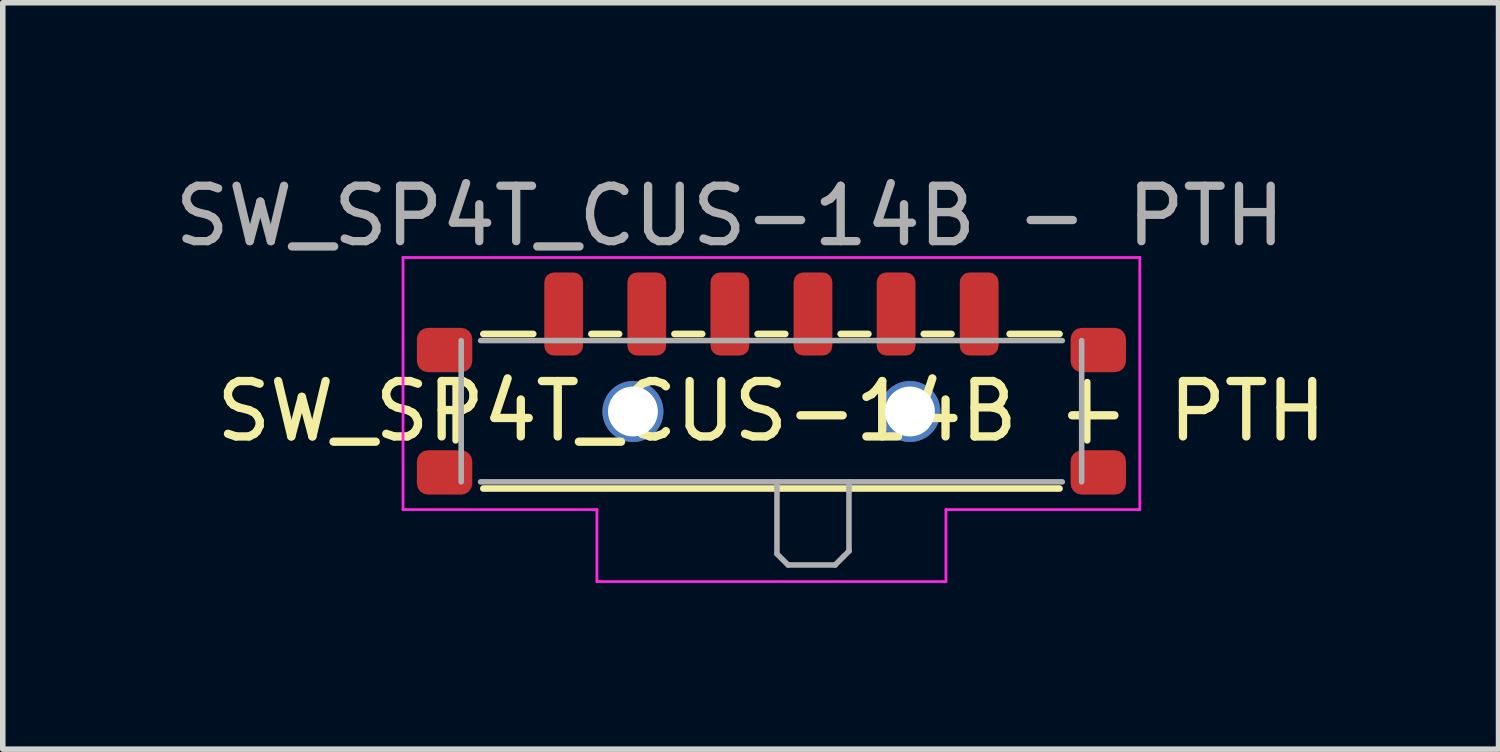
<source format=kicad_pcb>
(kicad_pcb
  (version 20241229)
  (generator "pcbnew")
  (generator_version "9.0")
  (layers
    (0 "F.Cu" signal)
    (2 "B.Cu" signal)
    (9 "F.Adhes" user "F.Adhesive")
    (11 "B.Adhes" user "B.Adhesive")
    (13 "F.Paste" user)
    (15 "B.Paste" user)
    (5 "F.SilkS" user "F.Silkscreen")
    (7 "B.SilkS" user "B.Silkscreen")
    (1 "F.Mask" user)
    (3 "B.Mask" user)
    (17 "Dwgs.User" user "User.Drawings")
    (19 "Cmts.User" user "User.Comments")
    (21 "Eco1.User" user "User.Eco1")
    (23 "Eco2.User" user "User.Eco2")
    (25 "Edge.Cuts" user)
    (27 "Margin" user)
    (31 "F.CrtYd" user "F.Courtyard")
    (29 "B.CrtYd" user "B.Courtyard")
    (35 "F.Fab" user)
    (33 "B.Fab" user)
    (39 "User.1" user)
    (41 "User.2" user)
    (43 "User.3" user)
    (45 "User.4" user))
  (footprint "SW_SP4T_CUS-14B - PTH"
    (layer "F.Cu")
    (at 10.875 4.048)
    (property "Reference" "SW_SP4T_CUS-14B - PTH" (at 0 0.325 0) (layer "F.SilkS") (effects (font (size 1 1) (thickness 0.15))))
    (attr smd)
    (fp_line (start -5.7 -0.2) (end -5.7 0.85) (stroke (width 0.12) (type solid)) (layer "F.SilkS"))
    (fp_line (start -5.2 -1.07) (end -4.3 -1.07) (stroke (width 0.12) (type solid)) (layer "F.SilkS"))
    (fp_line (start -5.2 1.72) (end 5.2 1.72) (stroke (width 0.12) (type solid)) (layer "F.SilkS"))
    (fp_line (start -3.25 -1.07) (end -2.75 -1.07) (stroke (width 0.12) (type solid)) (layer "F.SilkS"))
    (fp_line (start -1.75 -1.07) (end -1.25 -1.07) (stroke (width 0.12) (type solid)) (layer "F.SilkS"))
    (fp_line (start -0.25 -1.07) (end 0.25 -1.07) (stroke (width 0.12) (type solid)) (layer "F.SilkS"))
    (fp_line (start 1.25 -1.07) (end 1.75 -1.07) (stroke (width 0.12) (type solid)) (layer "F.SilkS"))
    (fp_line (start 2.75 -1.07) (end 3.25 -1.07) (stroke (width 0.12) (type solid)) (layer "F.SilkS"))
    (fp_line (start 4.3 -1.07) (end 5.2 -1.07) (stroke (width 0.12) (type solid)) (layer "F.SilkS"))
    (fp_line (start 5.7 0.85) (end 5.7 -0.2) (stroke (width 0.12) (type solid)) (layer "F.SilkS"))
    (fp_line (start -6.65 -2.45) (end 6.65 -2.45) (stroke (width 0.05) (type solid)) (layer "F.CrtYd"))
    (fp_line (start -6.65 2.1) (end -6.65 -2.45) (stroke (width 0.05) (type solid)) (layer "F.CrtYd"))
    (fp_line (start -3.15 2.1) (end -6.65 2.1) (stroke (width 0.05) (type solid)) (layer "F.CrtYd"))
    (fp_line (start -3.15 3.4) (end -3.15 2.1) (stroke (width 0.05) (type solid)) (layer "F.CrtYd"))
    (fp_line (start 3.15 2.1) (end 3.15 3.4) (stroke (width 0.05) (type solid)) (layer "F.CrtYd"))
    (fp_line (start 3.15 3.4) (end -3.15 3.4) (stroke (width 0.05) (type solid)) (layer "F.CrtYd"))
    (fp_line (start 6.65 -2.45) (end 6.65 2.1) (stroke (width 0.05) (type solid)) (layer "F.CrtYd"))
    (fp_line (start 6.65 2.1) (end 3.15 2.1) (stroke (width 0.05) (type solid)) (layer "F.CrtYd"))
    (fp_line (start -5.6 1.6) (end -5.6 -0.95) (stroke (width 0.1) (type solid)) (layer "F.Fab"))
    (fp_line (start -5.25 -0.95) (end 5.25 -0.95) (stroke (width 0.1) (type solid)) (layer "F.Fab"))
    (fp_line (start 0.1 1.6) (end 0.1 2.9) (stroke (width 0.1) (type solid)) (layer "F.Fab"))
    (fp_line (start 0.1 2.9) (end 0.3 3.1) (stroke (width 0.1) (type solid)) (layer "F.Fab"))
    (fp_line (start 0.3 3.1) (end 1.15 3.1) (stroke (width 0.1) (type solid)) (layer "F.Fab"))
    (fp_line (start 1.15 3.1) (end 1.3 2.95) (stroke (width 0.1) (type solid)) (layer "F.Fab"))
    (fp_line (start 1.3 2.95) (end 1.4 2.85) (stroke (width 0.1) (type solid)) (layer "F.Fab"))
    (fp_line (start 1.4 2.85) (end 1.4 1.6) (stroke (width 0.1) (type solid)) (layer "F.Fab"))
    (fp_line (start 5.25 1.6) (end -5.25 1.6) (stroke (width 0.1) (type solid)) (layer "F.Fab"))
    (fp_line (start 5.6 -0.95) (end 5.6 1.6) (stroke (width 0.1) (type solid)) (layer "F.Fab"))
    (fp_text user "${REFERENCE}" (at -0.75 -3.2 0) (layer "F.Fab") (effects (font (size 1 1) (thickness 0.15))))
    (pad "1" smd roundrect (at -3.75 -1.43) (size 0.7 1.5) (layers "F.Cu" "F.Mask" "F.Paste") (roundrect_rratio 0.25))
    (pad "2" smd roundrect (at -2.25 -1.43) (size 0.7 1.5) (layers "F.Cu" "F.Mask" "F.Paste") (roundrect_rratio 0.25))
    (pad "3" smd roundrect (at -0.75 -1.43) (size 0.7 1.5) (layers "F.Cu" "F.Mask" "F.Paste") (roundrect_rratio 0.25))
    (pad "4" smd roundrect (at 0.75 -1.43) (size 0.7 1.5) (layers "F.Cu" "F.Mask" "F.Paste") (roundrect_rratio 0.25))
    (pad "5" smd roundrect (at 2.25 -1.43) (size 0.7 1.5) (layers "F.Cu" "F.Mask" "F.Paste") (roundrect_rratio 0.25))
    (pad "6" smd roundrect (at 3.75 -1.43) (size 0.7 1.5) (layers "F.Cu" "F.Mask" "F.Paste") (roundrect_rratio 0.25))
    (pad "M" thru_hole circle (at -2.5 0.33) (size 1.1 1.1) (drill 0.9) (layers "*.Cu" "*.Mask"))
    (pad "M" thru_hole circle (at 2.5 0.33) (size 1.1 1.1) (drill 0.9) (layers "*.Cu" "*.Mask"))
    (pad "S" smd roundrect (at -5.9 -0.78) (size 1 0.8) (layers "F.Cu" "F.Mask" "F.Paste") (roundrect_rratio 0.25))
    (pad "S" smd roundrect (at -5.9 1.43) (size 1 0.8) (layers "F.Cu" "F.Mask" "F.Paste") (roundrect_rratio 0.25))
    (pad "S" smd roundrect (at 5.9 -0.78) (size 1 0.8) (layers "F.Cu" "F.Mask" "F.Paste") (roundrect_rratio 0.25))
    (pad "S" smd roundrect (at 5.9 1.43) (size 1 0.8) (layers "F.Cu" "F.Mask" "F.Paste") (roundrect_rratio 0.25)))
  (gr_rect
    (start -3 -3)
    (end 24 10.473)
    (stroke (width 0.1) (type default))
    (fill no)
    (layer "Edge.Cuts")))
</source>
